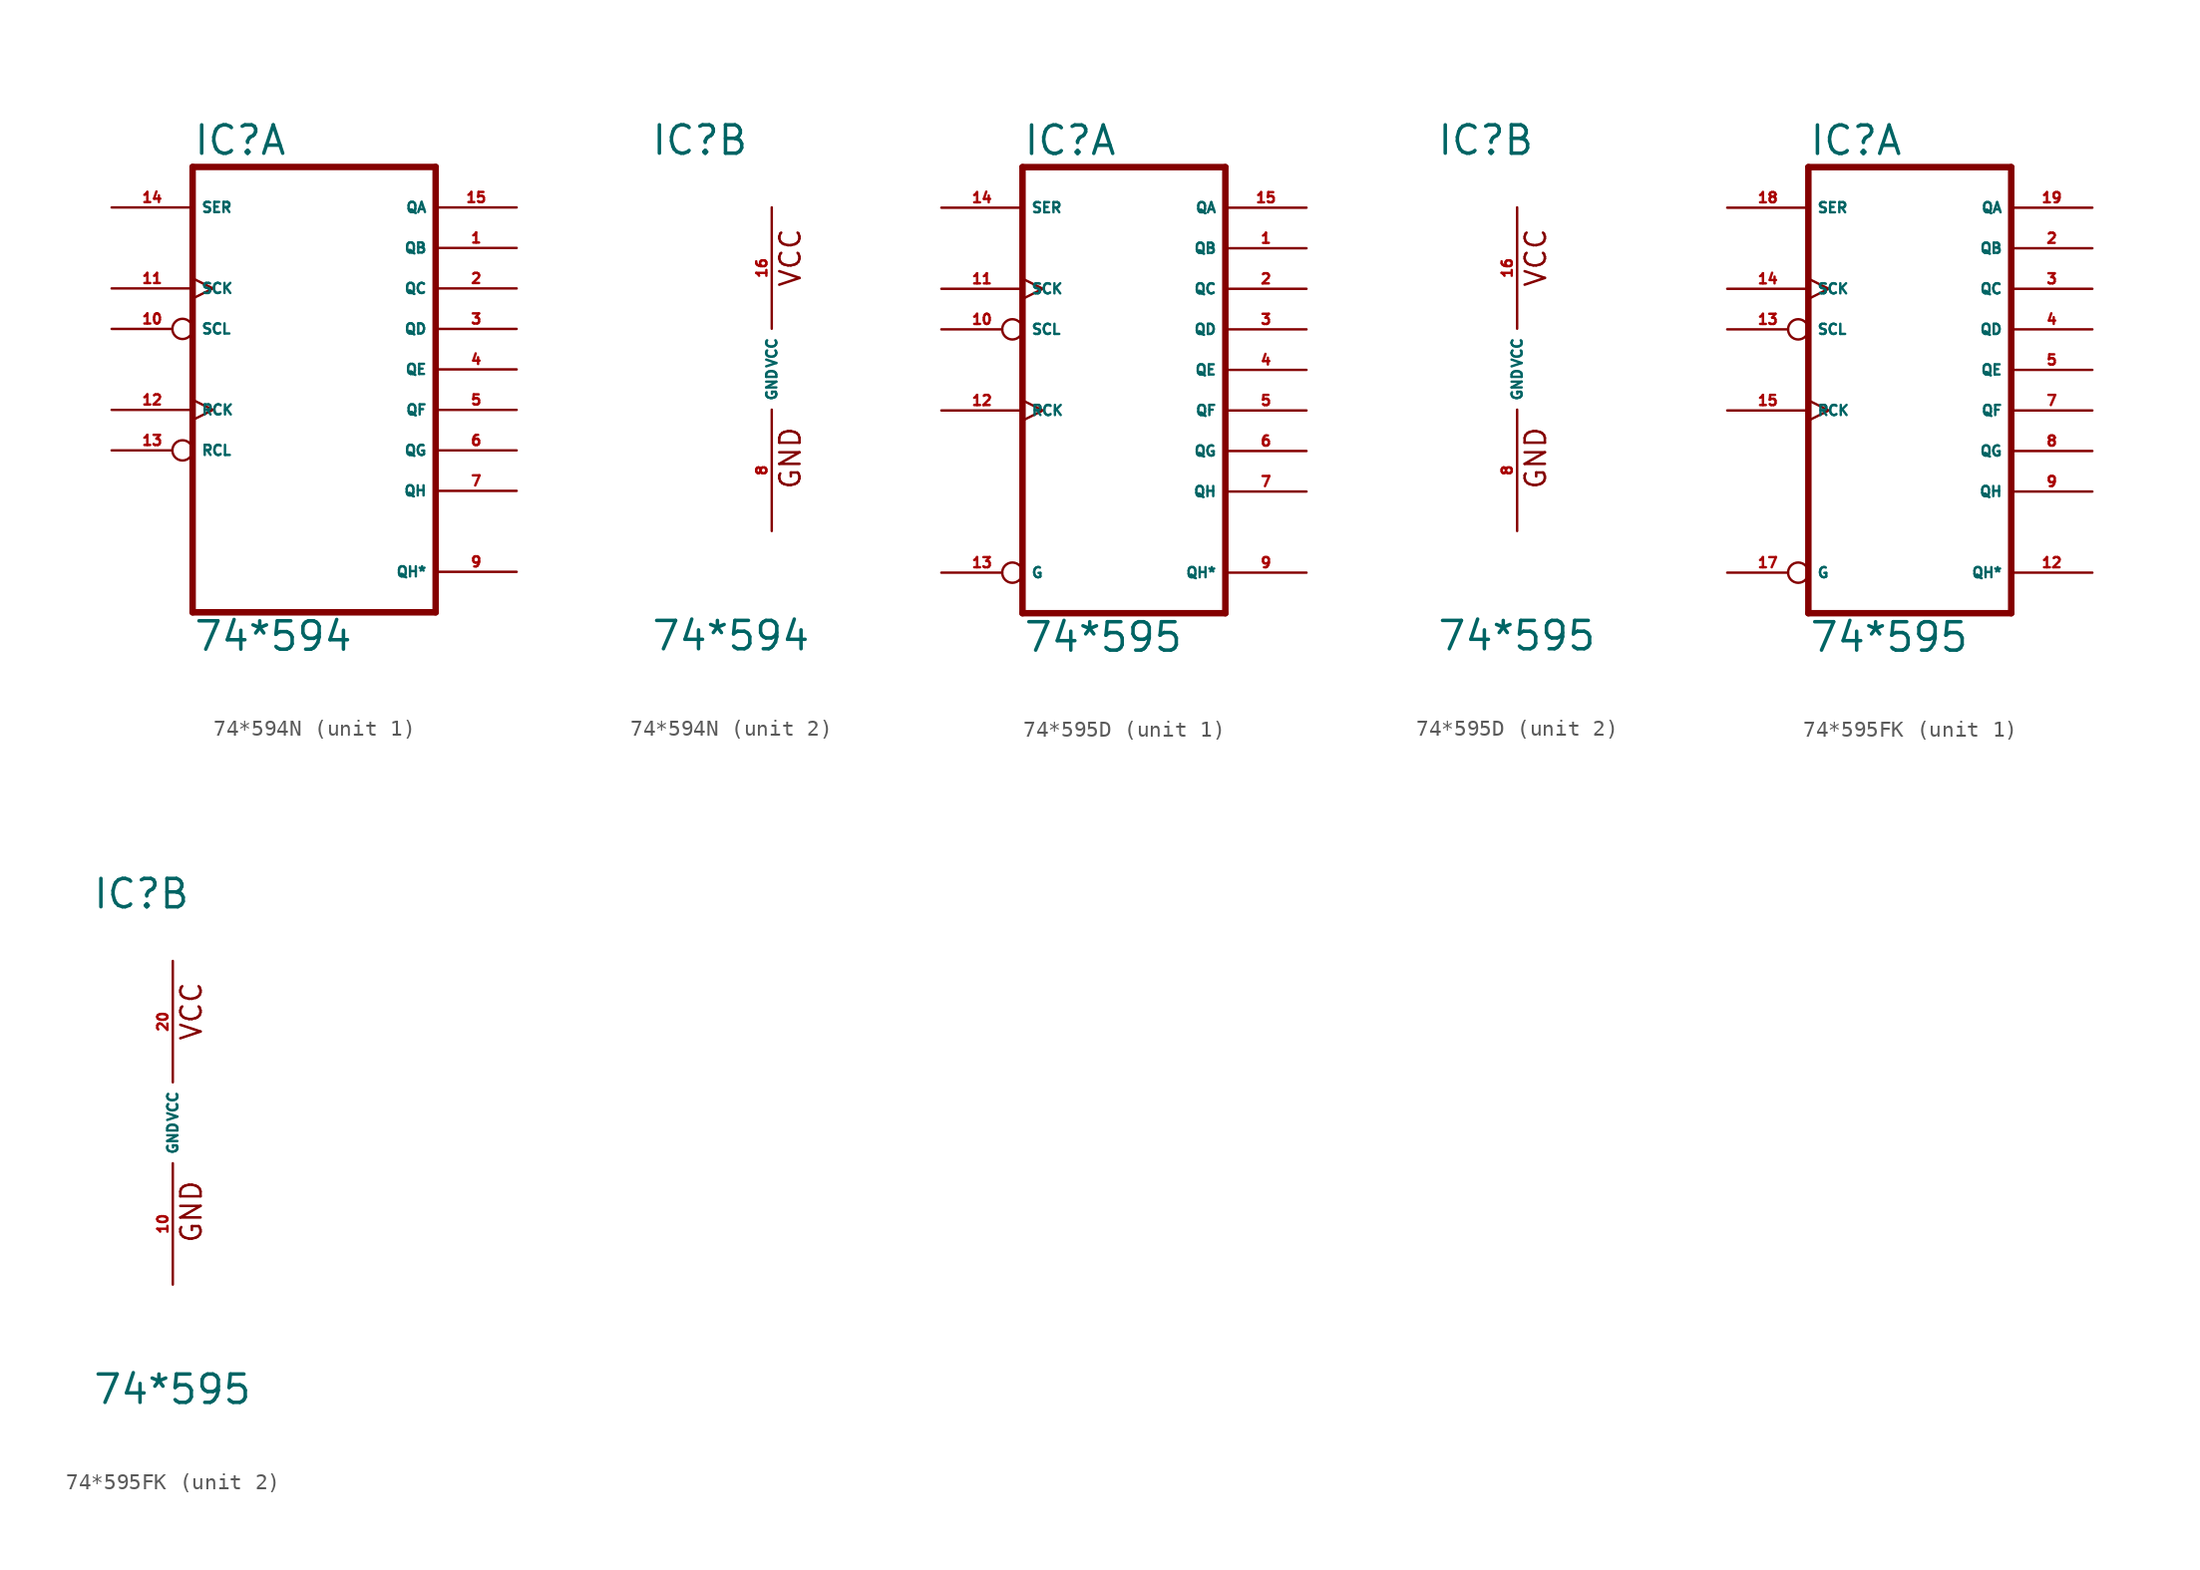
<source format=kicad_sym>
(kicad_symbol_lib
  (version 20220914)
  (generator Eagle2Kicad)
  (symbol "74*594N"
    (property "Reference" "IC"
      (at -7.62 13.335 0)
      (effects (font (size 1.778 1.778) (thickness 0.22)) (justify left bottom)))
    (property "Value" "74*594"
      (at -7.62 -17.78 0)
      (effects (font (size 1.778 1.778) (thickness 0.22)) (justify left bottom)))
    (symbol "74*594N_1_0"
      (polyline (pts (xy -7.62 -15.24) (xy 7.62 -15.24)) (stroke (width 0.406) (type default)) (fill (type none)))
      (polyline (pts (xy 7.62 -15.24) (xy 7.62 12.7)) (stroke (width 0.406) (type default)) (fill (type none)))
      (polyline (pts (xy 7.62 12.7) (xy -7.62 12.7)) (stroke (width 0.406) (type default)) (fill (type none)))
      (polyline (pts (xy -7.62 12.7) (xy -7.62 -15.24)) (stroke (width 0.406) (type default)) (fill (type none)))
      (pin output line (at 12.7 7.62 180) (length 5.08) (name "QB" (effects (font (size 0.635 0.635) (thickness 0.08)) (justify left bottom))) (number "1" (effects (font (size 0.635 0.635) (thickness 0.08)) (justify left bottom))))
      (pin output line (at 12.7 5.08 180) (length 5.08) (name "QC" (effects (font (size 0.635 0.635) (thickness 0.08)) (justify left bottom))) (number "2" (effects (font (size 0.635 0.635) (thickness 0.08)) (justify left bottom))))
      (pin output line (at 12.7 2.54 180) (length 5.08) (name "QD" (effects (font (size 0.635 0.635) (thickness 0.08)) (justify left bottom))) (number "3" (effects (font (size 0.635 0.635) (thickness 0.08)) (justify left bottom))))
      (pin output line (at 12.7 0 180) (length 5.08) (name "QE" (effects (font (size 0.635 0.635) (thickness 0.08)) (justify left bottom))) (number "4" (effects (font (size 0.635 0.635) (thickness 0.08)) (justify left bottom))))
      (pin output line (at 12.7 -2.54 180) (length 5.08) (name "QF" (effects (font (size 0.635 0.635) (thickness 0.08)) (justify left bottom))) (number "5" (effects (font (size 0.635 0.635) (thickness 0.08)) (justify left bottom))))
      (pin output line (at 12.7 -5.08 180) (length 5.08) (name "QG" (effects (font (size 0.635 0.635) (thickness 0.08)) (justify left bottom))) (number "6" (effects (font (size 0.635 0.635) (thickness 0.08)) (justify left bottom))))
      (pin output line (at 12.7 -7.62 180) (length 5.08) (name "QH" (effects (font (size 0.635 0.635) (thickness 0.08)) (justify left bottom))) (number "7" (effects (font (size 0.635 0.635) (thickness 0.08)) (justify left bottom))))
      (pin input inverted (at -12.7 2.54 0) (length 5.08) (name "SCL" (effects (font (size 0.635 0.635) (thickness 0.08)) (justify left bottom))) (number "10" (effects (font (size 0.635 0.635) (thickness 0.08)) (justify left bottom))))
      (pin input clock (at -12.7 5.08 0) (length 5.08) (name "SCK" (effects (font (size 0.635 0.635) (thickness 0.08)) (justify left bottom))) (number "11" (effects (font (size 0.635 0.635) (thickness 0.08)) (justify left bottom))))
      (pin input clock (at -12.7 -2.54 0) (length 5.08) (name "RCK" (effects (font (size 0.635 0.635) (thickness 0.08)) (justify left bottom))) (number "12" (effects (font (size 0.635 0.635) (thickness 0.08)) (justify left bottom))))
      (pin input inverted (at -12.7 -5.08 0) (length 5.08) (name "RCL" (effects (font (size 0.635 0.635) (thickness 0.08)) (justify left bottom))) (number "13" (effects (font (size 0.635 0.635) (thickness 0.08)) (justify left bottom))))
      (pin input line (at -12.7 10.16 0) (length 5.08) (name "SER" (effects (font (size 0.635 0.635) (thickness 0.08)) (justify left bottom))) (number "14" (effects (font (size 0.635 0.635) (thickness 0.08)) (justify left bottom))))
      (pin output line (at 12.7 10.16 180) (length 5.08) (name "QA" (effects (font (size 0.635 0.635) (thickness 0.08)) (justify left bottom))) (number "15" (effects (font (size 0.635 0.635) (thickness 0.08)) (justify left bottom))))
      (pin output line (at 12.7 -12.7 180) (length 5.08) (name "QH*" (effects (font (size 0.635 0.635) (thickness 0.08)) (justify left bottom))) (number "9" (effects (font (size 0.635 0.635) (thickness 0.08)) (justify left bottom)))))
    (symbol "74*594N_2_0"
      (text "GND" (at 1.905 -7.62 900) (effects (font (size 1.27 1.27) (thickness 0.16)) (justify left bottom)))
      (text "VCC" (at 1.905 5.08 900) (effects (font (size 1.27 1.27) (thickness 0.16)) (justify left bottom)))
      (pin unspecified line (at 0 -10.16 90) (length 7.62) (name "GND" (effects (font (size 0.635 0.635) (thickness 0.08)) (justify left bottom))) (number "8" (effects (font (size 0.635 0.635) (thickness 0.08)) (justify left bottom))))
      (pin unspecified line (at 0 10.16 270) (length 7.62) (name "VCC" (effects (font (size 0.635 0.635) (thickness 0.08)) (justify left bottom))) (number "16" (effects (font (size 0.635 0.635) (thickness 0.08)) (justify left bottom))))))
  (symbol "74*595D"
    (property "Reference" "IC"
      (at -5.08 13.335 0)
      (effects (font (size 1.778 1.778) (thickness 0.22)) (justify left bottom)))
    (property "Value" "74*595"
      (at -5.08 -17.78 0)
      (effects (font (size 1.778 1.778) (thickness 0.22)) (justify left bottom)))
    (symbol "74*595D_1_0"
      (polyline (pts (xy -5.08 -15.24) (xy 7.62 -15.24)) (stroke (width 0.406) (type default)) (fill (type none)))
      (polyline (pts (xy 7.62 -15.24) (xy 7.62 12.7)) (stroke (width 0.406) (type default)) (fill (type none)))
      (polyline (pts (xy 7.62 12.7) (xy -5.08 12.7)) (stroke (width 0.406) (type default)) (fill (type none)))
      (polyline (pts (xy -5.08 12.7) (xy -5.08 -15.24)) (stroke (width 0.406) (type default)) (fill (type none)))
      (pin tri_state line (at 12.7 7.62 180) (length 5.08) (name "QB" (effects (font (size 0.635 0.635) (thickness 0.08)) (justify left bottom))) (number "1" (effects (font (size 0.635 0.635) (thickness 0.08)) (justify left bottom))))
      (pin tri_state line (at 12.7 5.08 180) (length 5.08) (name "QC" (effects (font (size 0.635 0.635) (thickness 0.08)) (justify left bottom))) (number "2" (effects (font (size 0.635 0.635) (thickness 0.08)) (justify left bottom))))
      (pin tri_state line (at 12.7 2.54 180) (length 5.08) (name "QD" (effects (font (size 0.635 0.635) (thickness 0.08)) (justify left bottom))) (number "3" (effects (font (size 0.635 0.635) (thickness 0.08)) (justify left bottom))))
      (pin tri_state line (at 12.7 0 180) (length 5.08) (name "QE" (effects (font (size 0.635 0.635) (thickness 0.08)) (justify left bottom))) (number "4" (effects (font (size 0.635 0.635) (thickness 0.08)) (justify left bottom))))
      (pin tri_state line (at 12.7 -2.54 180) (length 5.08) (name "QF" (effects (font (size 0.635 0.635) (thickness 0.08)) (justify left bottom))) (number "5" (effects (font (size 0.635 0.635) (thickness 0.08)) (justify left bottom))))
      (pin tri_state line (at 12.7 -5.08 180) (length 5.08) (name "QG" (effects (font (size 0.635 0.635) (thickness 0.08)) (justify left bottom))) (number "6" (effects (font (size 0.635 0.635) (thickness 0.08)) (justify left bottom))))
      (pin tri_state line (at 12.7 -7.62 180) (length 5.08) (name "QH" (effects (font (size 0.635 0.635) (thickness 0.08)) (justify left bottom))) (number "7" (effects (font (size 0.635 0.635) (thickness 0.08)) (justify left bottom))))
      (pin input inverted (at -10.16 2.54 0) (length 5.08) (name "SCL" (effects (font (size 0.635 0.635) (thickness 0.08)) (justify left bottom))) (number "10" (effects (font (size 0.635 0.635) (thickness 0.08)) (justify left bottom))))
      (pin input clock (at -10.16 5.08 0) (length 5.08) (name "SCK" (effects (font (size 0.635 0.635) (thickness 0.08)) (justify left bottom))) (number "11" (effects (font (size 0.635 0.635) (thickness 0.08)) (justify left bottom))))
      (pin input clock (at -10.16 -2.54 0) (length 5.08) (name "RCK" (effects (font (size 0.635 0.635) (thickness 0.08)) (justify left bottom))) (number "12" (effects (font (size 0.635 0.635) (thickness 0.08)) (justify left bottom))))
      (pin input inverted (at -10.16 -12.7 0) (length 5.08) (name "G" (effects (font (size 0.635 0.635) (thickness 0.08)) (justify left bottom))) (number "13" (effects (font (size 0.635 0.635) (thickness 0.08)) (justify left bottom))))
      (pin input line (at -10.16 10.16 0) (length 5.08) (name "SER" (effects (font (size 0.635 0.635) (thickness 0.08)) (justify left bottom))) (number "14" (effects (font (size 0.635 0.635) (thickness 0.08)) (justify left bottom))))
      (pin tri_state line (at 12.7 10.16 180) (length 5.08) (name "QA" (effects (font (size 0.635 0.635) (thickness 0.08)) (justify left bottom))) (number "15" (effects (font (size 0.635 0.635) (thickness 0.08)) (justify left bottom))))
      (pin tri_state line (at 12.7 -12.7 180) (length 5.08) (name "QH*" (effects (font (size 0.635 0.635) (thickness 0.08)) (justify left bottom))) (number "9" (effects (font (size 0.635 0.635) (thickness 0.08)) (justify left bottom)))))
    (symbol "74*595D_2_0"
      (text "GND" (at 1.905 -7.62 900) (effects (font (size 1.27 1.27) (thickness 0.16)) (justify left bottom)))
      (text "VCC" (at 1.905 5.08 900) (effects (font (size 1.27 1.27) (thickness 0.16)) (justify left bottom)))
      (pin unspecified line (at 0 -10.16 90) (length 7.62) (name "GND" (effects (font (size 0.635 0.635) (thickness 0.08)) (justify left bottom))) (number "8" (effects (font (size 0.635 0.635) (thickness 0.08)) (justify left bottom))))
      (pin unspecified line (at 0 10.16 270) (length 7.62) (name "VCC" (effects (font (size 0.635 0.635) (thickness 0.08)) (justify left bottom))) (number "16" (effects (font (size 0.635 0.635) (thickness 0.08)) (justify left bottom))))))
  (symbol "74*595FK"
    (property "Reference" "IC"
      (at -5.08 13.335 0)
      (effects (font (size 1.778 1.778) (thickness 0.22)) (justify left bottom)))
    (property "Value" "74*595"
      (at -5.08 -17.78 0)
      (effects (font (size 1.778 1.778) (thickness 0.22)) (justify left bottom)))
    (symbol "74*595FK_1_0"
      (polyline (pts (xy -5.08 -15.24) (xy 7.62 -15.24)) (stroke (width 0.406) (type default)) (fill (type none)))
      (polyline (pts (xy 7.62 -15.24) (xy 7.62 12.7)) (stroke (width 0.406) (type default)) (fill (type none)))
      (polyline (pts (xy 7.62 12.7) (xy -5.08 12.7)) (stroke (width 0.406) (type default)) (fill (type none)))
      (polyline (pts (xy -5.08 12.7) (xy -5.08 -15.24)) (stroke (width 0.406) (type default)) (fill (type none)))
      (pin tri_state line (at 12.7 7.62 180) (length 5.08) (name "QB" (effects (font (size 0.635 0.635) (thickness 0.08)) (justify left bottom))) (number "2" (effects (font (size 0.635 0.635) (thickness 0.08)) (justify left bottom))))
      (pin tri_state line (at 12.7 5.08 180) (length 5.08) (name "QC" (effects (font (size 0.635 0.635) (thickness 0.08)) (justify left bottom))) (number "3" (effects (font (size 0.635 0.635) (thickness 0.08)) (justify left bottom))))
      (pin tri_state line (at 12.7 2.54 180) (length 5.08) (name "QD" (effects (font (size 0.635 0.635) (thickness 0.08)) (justify left bottom))) (number "4" (effects (font (size 0.635 0.635) (thickness 0.08)) (justify left bottom))))
      (pin tri_state line (at 12.7 0 180) (length 5.08) (name "QE" (effects (font (size 0.635 0.635) (thickness 0.08)) (justify left bottom))) (number "5" (effects (font (size 0.635 0.635) (thickness 0.08)) (justify left bottom))))
      (pin tri_state line (at 12.7 -2.54 180) (length 5.08) (name "QF" (effects (font (size 0.635 0.635) (thickness 0.08)) (justify left bottom))) (number "7" (effects (font (size 0.635 0.635) (thickness 0.08)) (justify left bottom))))
      (pin tri_state line (at 12.7 -5.08 180) (length 5.08) (name "QG" (effects (font (size 0.635 0.635) (thickness 0.08)) (justify left bottom))) (number "8" (effects (font (size 0.635 0.635) (thickness 0.08)) (justify left bottom))))
      (pin tri_state line (at 12.7 -7.62 180) (length 5.08) (name "QH" (effects (font (size 0.635 0.635) (thickness 0.08)) (justify left bottom))) (number "9" (effects (font (size 0.635 0.635) (thickness 0.08)) (justify left bottom))))
      (pin input inverted (at -10.16 2.54 0) (length 5.08) (name "SCL" (effects (font (size 0.635 0.635) (thickness 0.08)) (justify left bottom))) (number "13" (effects (font (size 0.635 0.635) (thickness 0.08)) (justify left bottom))))
      (pin input clock (at -10.16 5.08 0) (length 5.08) (name "SCK" (effects (font (size 0.635 0.635) (thickness 0.08)) (justify left bottom))) (number "14" (effects (font (size 0.635 0.635) (thickness 0.08)) (justify left bottom))))
      (pin input clock (at -10.16 -2.54 0) (length 5.08) (name "RCK" (effects (font (size 0.635 0.635) (thickness 0.08)) (justify left bottom))) (number "15" (effects (font (size 0.635 0.635) (thickness 0.08)) (justify left bottom))))
      (pin input inverted (at -10.16 -12.7 0) (length 5.08) (name "G" (effects (font (size 0.635 0.635) (thickness 0.08)) (justify left bottom))) (number "17" (effects (font (size 0.635 0.635) (thickness 0.08)) (justify left bottom))))
      (pin input line (at -10.16 10.16 0) (length 5.08) (name "SER" (effects (font (size 0.635 0.635) (thickness 0.08)) (justify left bottom))) (number "18" (effects (font (size 0.635 0.635) (thickness 0.08)) (justify left bottom))))
      (pin tri_state line (at 12.7 10.16 180) (length 5.08) (name "QA" (effects (font (size 0.635 0.635) (thickness 0.08)) (justify left bottom))) (number "19" (effects (font (size 0.635 0.635) (thickness 0.08)) (justify left bottom))))
      (pin tri_state line (at 12.7 -12.7 180) (length 5.08) (name "QH*" (effects (font (size 0.635 0.635) (thickness 0.08)) (justify left bottom))) (number "12" (effects (font (size 0.635 0.635) (thickness 0.08)) (justify left bottom)))))
    (symbol "74*595FK_2_0"
      (text "GND" (at 1.905 -7.62 900) (effects (font (size 1.27 1.27) (thickness 0.16)) (justify left bottom)))
      (text "VCC" (at 1.905 5.08 900) (effects (font (size 1.27 1.27) (thickness 0.16)) (justify left bottom)))
      (pin unspecified line (at 0 -10.16 90) (length 7.62) (name "GND" (effects (font (size 0.635 0.635) (thickness 0.08)) (justify left bottom))) (number "10" (effects (font (size 0.635 0.635) (thickness 0.08)) (justify left bottom))))
      (pin unspecified line (at 0 10.16 270) (length 7.62) (name "VCC" (effects (font (size 0.635 0.635) (thickness 0.08)) (justify left bottom))) (number "20" (effects (font (size 0.635 0.635) (thickness 0.08)) (justify left bottom)))))))
</source>
